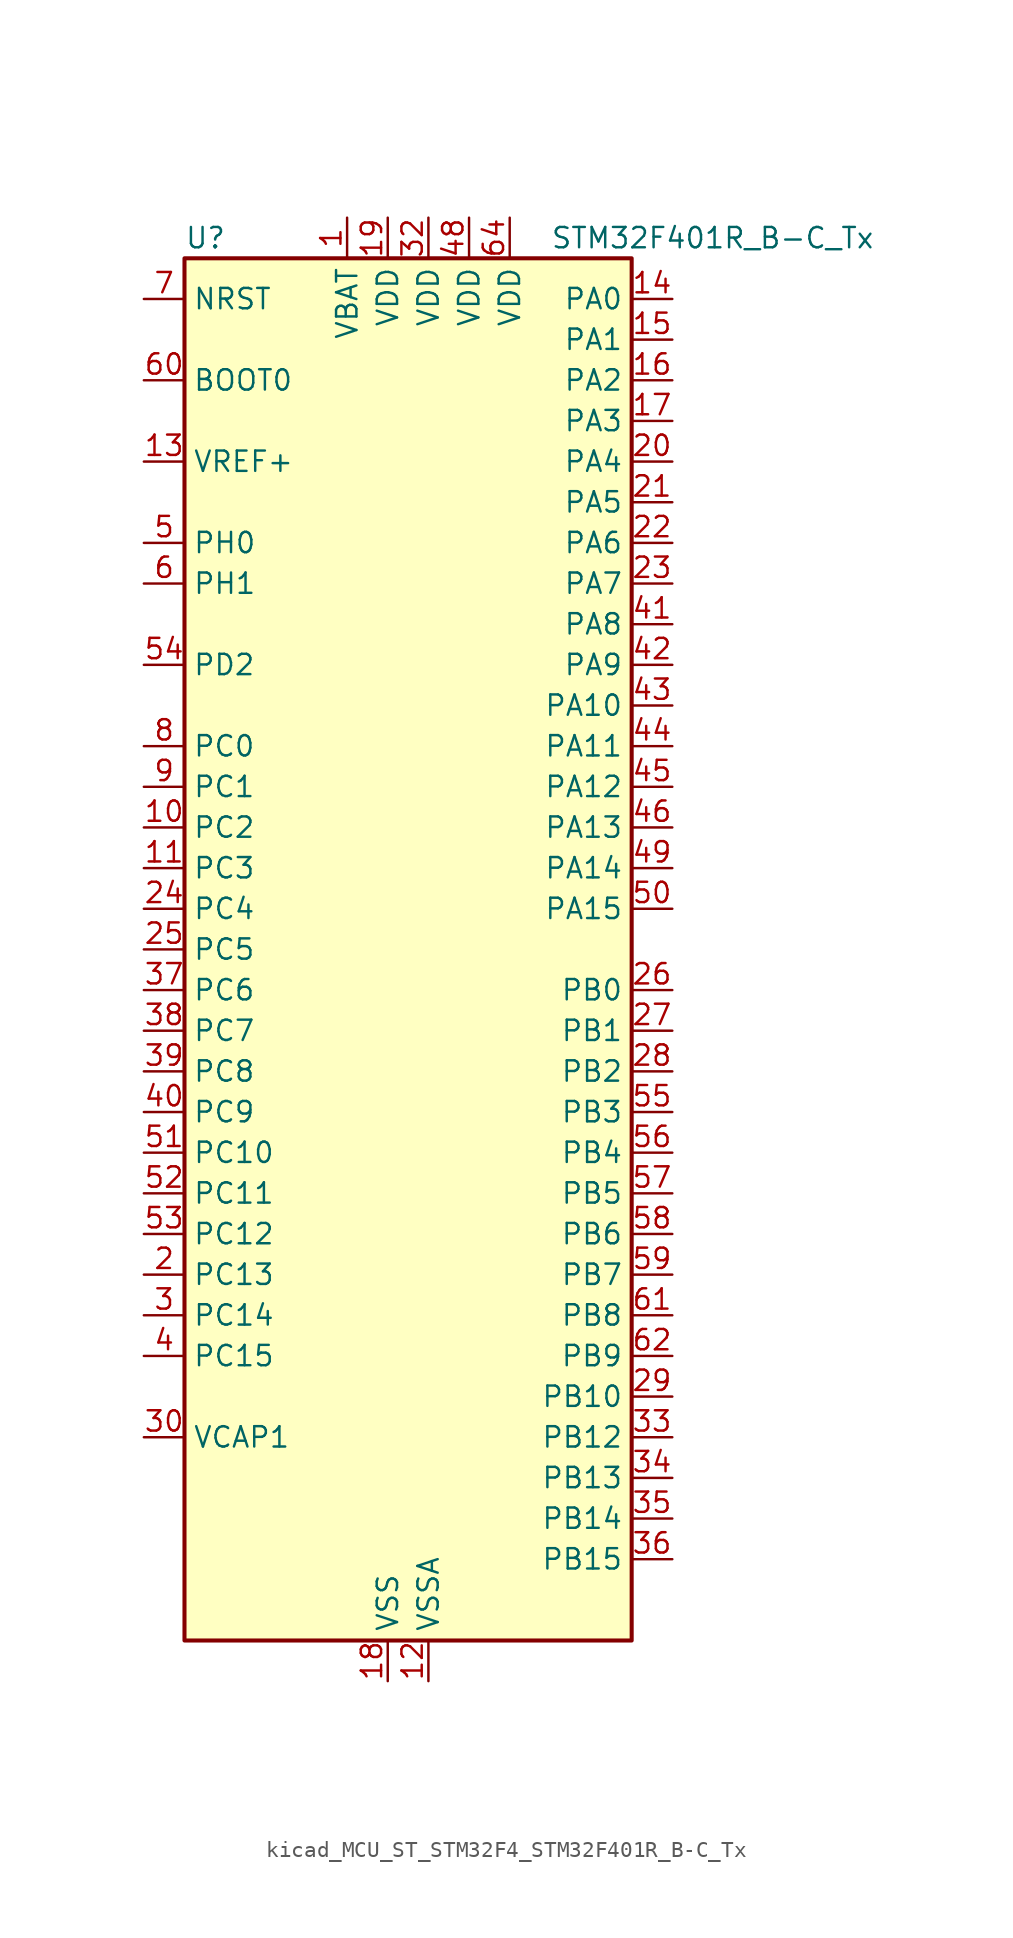
<source format=kicad_sym>
(kicad_symbol_lib
  (version 20220914)
  (generator kicad_symbol_editor)
  (symbol "kicad_MCU_ST_STM32F4_STM32F401R_B-C_Tx"
    (property "Reference" "U"
      (at -12.7 44.45 0)
      (effects (font (size 1.27 1.27)) (justify left)))
    (property "Value" "STM32F401R_B-C_Tx"
      (at 10.16 44.45 0)
      (effects (font (size 1.27 1.27)) (justify left)))
    (property "ki_locked" ""
      (at 0 0 0)
      (effects (font (size 1.27 1.27))))
    (symbol "kicad_MCU_ST_STM32F4_STM32F401R_B-C_Tx_0_1"
      (rectangle (start -12.7 -43.18) (end 15.24 43.18) (stroke (width 0.254) (type default)) (fill (type background))))
    (symbol "kicad_MCU_ST_STM32F4_STM32F401R_B-C_Tx_1_1"
      (pin power_in line (at -2.54 45.72 270) (length 2.54) (name "VBAT" (effects (font (size 1.27 1.27)))) (number "1" (effects (font (size 1.27 1.27)))))
      (pin bidirectional line (at -15.24 7.62 0) (length 2.54) (name "PC2" (effects (font (size 1.27 1.27)))) (number "10" (effects (font (size 1.27 1.27)))) (alternate "ADC1_IN12" bidirectional line) (alternate "I2S2_ext_SD" bidirectional line) (alternate "SPI2_MISO" bidirectional line))
      (pin bidirectional line (at -15.24 5.08 0) (length 2.54) (name "PC3" (effects (font (size 1.27 1.27)))) (number "11" (effects (font (size 1.27 1.27)))) (alternate "ADC1_IN13" bidirectional line) (alternate "I2S2_SD" bidirectional line) (alternate "SPI2_MOSI" bidirectional line))
      (pin power_in line (at 2.54 -45.72 90) (length 2.54) (name "VSSA" (effects (font (size 1.27 1.27)))) (number "12" (effects (font (size 1.27 1.27)))))
      (pin input line (at -15.24 30.48 0) (length 2.54) (name "VREF+" (effects (font (size 1.27 1.27)))) (number "13" (effects (font (size 1.27 1.27)))))
      (pin bidirectional line (at 17.78 40.64 180) (length 2.54) (name "PA0" (effects (font (size 1.27 1.27)))) (number "14" (effects (font (size 1.27 1.27)))) (alternate "ADC1_IN0" bidirectional line) (alternate "SYS_WKUP" bidirectional line) (alternate "TIM2_CH1" bidirectional line) (alternate "TIM2_ETR" bidirectional line) (alternate "TIM5_CH1" bidirectional line) (alternate "USART2_CTS" bidirectional line))
      (pin bidirectional line (at 17.78 38.1 180) (length 2.54) (name "PA1" (effects (font (size 1.27 1.27)))) (number "15" (effects (font (size 1.27 1.27)))) (alternate "ADC1_IN1" bidirectional line) (alternate "TIM2_CH2" bidirectional line) (alternate "TIM5_CH2" bidirectional line) (alternate "USART2_RTS" bidirectional line))
      (pin bidirectional line (at 17.78 35.56 180) (length 2.54) (name "PA2" (effects (font (size 1.27 1.27)))) (number "16" (effects (font (size 1.27 1.27)))) (alternate "ADC1_IN2" bidirectional line) (alternate "TIM2_CH3" bidirectional line) (alternate "TIM5_CH3" bidirectional line) (alternate "TIM9_CH1" bidirectional line) (alternate "USART2_TX" bidirectional line))
      (pin bidirectional line (at 17.78 33.02 180) (length 2.54) (name "PA3" (effects (font (size 1.27 1.27)))) (number "17" (effects (font (size 1.27 1.27)))) (alternate "ADC1_IN3" bidirectional line) (alternate "TIM2_CH4" bidirectional line) (alternate "TIM5_CH4" bidirectional line) (alternate "TIM9_CH2" bidirectional line) (alternate "USART2_RX" bidirectional line))
      (pin power_in line (at 0 -45.72 90) (length 2.54) (name "VSS" (effects (font (size 1.27 1.27)))) (number "18" (effects (font (size 1.27 1.27)))))
      (pin power_in line (at 0 45.72 270) (length 2.54) (name "VDD" (effects (font (size 1.27 1.27)))) (number "19" (effects (font (size 1.27 1.27)))))
      (pin bidirectional line (at -15.24 -20.32 0) (length 2.54) (name "PC13" (effects (font (size 1.27 1.27)))) (number "2" (effects (font (size 1.27 1.27)))) (alternate "RTC_AF1" bidirectional line))
      (pin bidirectional line (at 17.78 30.48 180) (length 2.54) (name "PA4" (effects (font (size 1.27 1.27)))) (number "20" (effects (font (size 1.27 1.27)))) (alternate "ADC1_IN4" bidirectional line) (alternate "I2S3_WS" bidirectional line) (alternate "SPI1_NSS" bidirectional line) (alternate "SPI3_NSS" bidirectional line) (alternate "USART2_CK" bidirectional line))
      (pin bidirectional line (at 17.78 27.94 180) (length 2.54) (name "PA5" (effects (font (size 1.27 1.27)))) (number "21" (effects (font (size 1.27 1.27)))) (alternate "ADC1_IN5" bidirectional line) (alternate "SPI1_SCK" bidirectional line) (alternate "TIM2_CH1" bidirectional line) (alternate "TIM2_ETR" bidirectional line))
      (pin bidirectional line (at 17.78 25.4 180) (length 2.54) (name "PA6" (effects (font (size 1.27 1.27)))) (number "22" (effects (font (size 1.27 1.27)))) (alternate "ADC1_IN6" bidirectional line) (alternate "SPI1_MISO" bidirectional line) (alternate "TIM1_BKIN" bidirectional line) (alternate "TIM3_CH1" bidirectional line))
      (pin bidirectional line (at 17.78 22.86 180) (length 2.54) (name "PA7" (effects (font (size 1.27 1.27)))) (number "23" (effects (font (size 1.27 1.27)))) (alternate "ADC1_IN7" bidirectional line) (alternate "SPI1_MOSI" bidirectional line) (alternate "TIM1_CH1N" bidirectional line) (alternate "TIM3_CH2" bidirectional line))
      (pin bidirectional line (at -15.24 2.54 0) (length 2.54) (name "PC4" (effects (font (size 1.27 1.27)))) (number "24" (effects (font (size 1.27 1.27)))) (alternate "ADC1_IN14" bidirectional line))
      (pin bidirectional line (at -15.24 0 0) (length 2.54) (name "PC5" (effects (font (size 1.27 1.27)))) (number "25" (effects (font (size 1.27 1.27)))) (alternate "ADC1_IN15" bidirectional line))
      (pin bidirectional line (at 17.78 -2.54 180) (length 2.54) (name "PB0" (effects (font (size 1.27 1.27)))) (number "26" (effects (font (size 1.27 1.27)))) (alternate "ADC1_IN8" bidirectional line) (alternate "TIM1_CH2N" bidirectional line) (alternate "TIM3_CH3" bidirectional line))
      (pin bidirectional line (at 17.78 -5.08 180) (length 2.54) (name "PB1" (effects (font (size 1.27 1.27)))) (number "27" (effects (font (size 1.27 1.27)))) (alternate "ADC1_IN9" bidirectional line) (alternate "TIM1_CH3N" bidirectional line) (alternate "TIM3_CH4" bidirectional line))
      (pin bidirectional line (at 17.78 -7.62 180) (length 2.54) (name "PB2" (effects (font (size 1.27 1.27)))) (number "28" (effects (font (size 1.27 1.27)))))
      (pin bidirectional line (at 17.78 -27.94 180) (length 2.54) (name "PB10" (effects (font (size 1.27 1.27)))) (number "29" (effects (font (size 1.27 1.27)))) (alternate "I2C2_SCL" bidirectional line) (alternate "I2S2_CK" bidirectional line) (alternate "SPI2_SCK" bidirectional line) (alternate "TIM2_CH3" bidirectional line))
      (pin bidirectional line (at -15.24 -22.86 0) (length 2.54) (name "PC14" (effects (font (size 1.27 1.27)))) (number "3" (effects (font (size 1.27 1.27)))) (alternate "RCC_OSC32_IN" bidirectional line))
      (pin power_out line (at -15.24 -30.48 0) (length 2.54) (name "VCAP1" (effects (font (size 1.27 1.27)))) (number "30" (effects (font (size 1.27 1.27)))))
      (pin passive line (at 0 -45.72 90) (length 2.54) hide (name "VSS" (effects (font (size 1.27 1.27)))) (number "31" (effects (font (size 1.27 1.27)))))
      (pin power_in line (at 2.54 45.72 270) (length 2.54) (name "VDD" (effects (font (size 1.27 1.27)))) (number "32" (effects (font (size 1.27 1.27)))))
      (pin bidirectional line (at 17.78 -30.48 180) (length 2.54) (name "PB12" (effects (font (size 1.27 1.27)))) (number "33" (effects (font (size 1.27 1.27)))) (alternate "I2C2_SMBA" bidirectional line) (alternate "I2S2_WS" bidirectional line) (alternate "SPI2_NSS" bidirectional line) (alternate "TIM1_BKIN" bidirectional line))
      (pin bidirectional line (at 17.78 -33.02 180) (length 2.54) (name "PB13" (effects (font (size 1.27 1.27)))) (number "34" (effects (font (size 1.27 1.27)))) (alternate "I2S2_CK" bidirectional line) (alternate "SPI2_SCK" bidirectional line) (alternate "TIM1_CH1N" bidirectional line))
      (pin bidirectional line (at 17.78 -35.56 180) (length 2.54) (name "PB14" (effects (font (size 1.27 1.27)))) (number "35" (effects (font (size 1.27 1.27)))) (alternate "I2S2_ext_SD" bidirectional line) (alternate "SPI2_MISO" bidirectional line) (alternate "TIM1_CH2N" bidirectional line))
      (pin bidirectional line (at 17.78 -38.1 180) (length 2.54) (name "PB15" (effects (font (size 1.27 1.27)))) (number "36" (effects (font (size 1.27 1.27)))) (alternate "ADC1_EXTI15" bidirectional line) (alternate "I2S2_SD" bidirectional line) (alternate "RTC_REFIN" bidirectional line) (alternate "SPI2_MOSI" bidirectional line) (alternate "TIM1_CH3N" bidirectional line))
      (pin bidirectional line (at -15.24 -2.54 0) (length 2.54) (name "PC6" (effects (font (size 1.27 1.27)))) (number "37" (effects (font (size 1.27 1.27)))) (alternate "I2S2_MCK" bidirectional line) (alternate "SDIO_D6" bidirectional line) (alternate "TIM3_CH1" bidirectional line) (alternate "USART6_TX" bidirectional line))
      (pin bidirectional line (at -15.24 -5.08 0) (length 2.54) (name "PC7" (effects (font (size 1.27 1.27)))) (number "38" (effects (font (size 1.27 1.27)))) (alternate "I2S3_MCK" bidirectional line) (alternate "SDIO_D7" bidirectional line) (alternate "TIM3_CH2" bidirectional line) (alternate "USART6_RX" bidirectional line))
      (pin bidirectional line (at -15.24 -7.62 0) (length 2.54) (name "PC8" (effects (font (size 1.27 1.27)))) (number "39" (effects (font (size 1.27 1.27)))) (alternate "SDIO_D0" bidirectional line) (alternate "TIM3_CH3" bidirectional line) (alternate "USART6_CK" bidirectional line))
      (pin bidirectional line (at -15.24 -25.4 0) (length 2.54) (name "PC15" (effects (font (size 1.27 1.27)))) (number "4" (effects (font (size 1.27 1.27)))) (alternate "ADC1_EXTI15" bidirectional line) (alternate "RCC_OSC32_OUT" bidirectional line))
      (pin bidirectional line (at -15.24 -10.16 0) (length 2.54) (name "PC9" (effects (font (size 1.27 1.27)))) (number "40" (effects (font (size 1.27 1.27)))) (alternate "I2C3_SDA" bidirectional line) (alternate "I2S_CKIN" bidirectional line) (alternate "RCC_MCO_2" bidirectional line) (alternate "SDIO_D1" bidirectional line) (alternate "TIM3_CH4" bidirectional line))
      (pin bidirectional line (at 17.78 20.32 180) (length 2.54) (name "PA8" (effects (font (size 1.27 1.27)))) (number "41" (effects (font (size 1.27 1.27)))) (alternate "I2C3_SCL" bidirectional line) (alternate "RCC_MCO_1" bidirectional line) (alternate "TIM1_CH1" bidirectional line) (alternate "USART1_CK" bidirectional line) (alternate "USB_OTG_FS_SOF" bidirectional line))
      (pin bidirectional line (at 17.78 17.78 180) (length 2.54) (name "PA9" (effects (font (size 1.27 1.27)))) (number "42" (effects (font (size 1.27 1.27)))) (alternate "I2C3_SMBA" bidirectional line) (alternate "TIM1_CH2" bidirectional line) (alternate "USART1_TX" bidirectional line) (alternate "USB_OTG_FS_VBUS" bidirectional line))
      (pin bidirectional line (at 17.78 15.24 180) (length 2.54) (name "PA10" (effects (font (size 1.27 1.27)))) (number "43" (effects (font (size 1.27 1.27)))) (alternate "TIM1_CH3" bidirectional line) (alternate "USART1_RX" bidirectional line) (alternate "USB_OTG_FS_ID" bidirectional line))
      (pin bidirectional line (at 17.78 12.7 180) (length 2.54) (name "PA11" (effects (font (size 1.27 1.27)))) (number "44" (effects (font (size 1.27 1.27)))) (alternate "ADC1_EXTI11" bidirectional line) (alternate "TIM1_CH4" bidirectional line) (alternate "USART1_CTS" bidirectional line) (alternate "USART6_TX" bidirectional line) (alternate "USB_OTG_FS_DM" bidirectional line))
      (pin bidirectional line (at 17.78 10.16 180) (length 2.54) (name "PA12" (effects (font (size 1.27 1.27)))) (number "45" (effects (font (size 1.27 1.27)))) (alternate "TIM1_ETR" bidirectional line) (alternate "USART1_RTS" bidirectional line) (alternate "USART6_RX" bidirectional line) (alternate "USB_OTG_FS_DP" bidirectional line))
      (pin bidirectional line (at 17.78 7.62 180) (length 2.54) (name "PA13" (effects (font (size 1.27 1.27)))) (number "46" (effects (font (size 1.27 1.27)))) (alternate "SYS_JTMS-SWDIO" bidirectional line))
      (pin passive line (at 0 -45.72 90) (length 2.54) hide (name "VSS" (effects (font (size 1.27 1.27)))) (number "47" (effects (font (size 1.27 1.27)))))
      (pin power_in line (at 5.08 45.72 270) (length 2.54) (name "VDD" (effects (font (size 1.27 1.27)))) (number "48" (effects (font (size 1.27 1.27)))))
      (pin bidirectional line (at 17.78 5.08 180) (length 2.54) (name "PA14" (effects (font (size 1.27 1.27)))) (number "49" (effects (font (size 1.27 1.27)))) (alternate "SYS_JTCK-SWCLK" bidirectional line))
      (pin bidirectional line (at -15.24 25.4 0) (length 2.54) (name "PH0" (effects (font (size 1.27 1.27)))) (number "5" (effects (font (size 1.27 1.27)))) (alternate "RCC_OSC_IN" bidirectional line))
      (pin bidirectional line (at 17.78 2.54 180) (length 2.54) (name "PA15" (effects (font (size 1.27 1.27)))) (number "50" (effects (font (size 1.27 1.27)))) (alternate "ADC1_EXTI15" bidirectional line) (alternate "I2S3_WS" bidirectional line) (alternate "SPI1_NSS" bidirectional line) (alternate "SPI3_NSS" bidirectional line) (alternate "SYS_JTDI" bidirectional line) (alternate "TIM2_CH1" bidirectional line) (alternate "TIM2_ETR" bidirectional line))
      (pin bidirectional line (at -15.24 -12.7 0) (length 2.54) (name "PC10" (effects (font (size 1.27 1.27)))) (number "51" (effects (font (size 1.27 1.27)))) (alternate "I2S3_CK" bidirectional line) (alternate "SDIO_D2" bidirectional line) (alternate "SPI3_SCK" bidirectional line))
      (pin bidirectional line (at -15.24 -15.24 0) (length 2.54) (name "PC11" (effects (font (size 1.27 1.27)))) (number "52" (effects (font (size 1.27 1.27)))) (alternate "ADC1_EXTI11" bidirectional line) (alternate "I2S3_ext_SD" bidirectional line) (alternate "SDIO_D3" bidirectional line) (alternate "SPI3_MISO" bidirectional line))
      (pin bidirectional line (at -15.24 -17.78 0) (length 2.54) (name "PC12" (effects (font (size 1.27 1.27)))) (number "53" (effects (font (size 1.27 1.27)))) (alternate "I2S3_SD" bidirectional line) (alternate "SDIO_CK" bidirectional line) (alternate "SPI3_MOSI" bidirectional line))
      (pin bidirectional line (at -15.24 17.78 0) (length 2.54) (name "PD2" (effects (font (size 1.27 1.27)))) (number "54" (effects (font (size 1.27 1.27)))) (alternate "SDIO_CMD" bidirectional line) (alternate "TIM3_ETR" bidirectional line))
      (pin bidirectional line (at 17.78 -10.16 180) (length 2.54) (name "PB3" (effects (font (size 1.27 1.27)))) (number "55" (effects (font (size 1.27 1.27)))) (alternate "I2C2_SDA" bidirectional line) (alternate "I2S3_CK" bidirectional line) (alternate "SPI1_SCK" bidirectional line) (alternate "SPI3_SCK" bidirectional line) (alternate "SYS_JTDO-SWO" bidirectional line) (alternate "TIM2_CH2" bidirectional line))
      (pin bidirectional line (at 17.78 -12.7 180) (length 2.54) (name "PB4" (effects (font (size 1.27 1.27)))) (number "56" (effects (font (size 1.27 1.27)))) (alternate "I2C3_SDA" bidirectional line) (alternate "I2S3_ext_SD" bidirectional line) (alternate "SPI1_MISO" bidirectional line) (alternate "SPI3_MISO" bidirectional line) (alternate "SYS_JTRST" bidirectional line) (alternate "TIM3_CH1" bidirectional line))
      (pin bidirectional line (at 17.78 -15.24 180) (length 2.54) (name "PB5" (effects (font (size 1.27 1.27)))) (number "57" (effects (font (size 1.27 1.27)))) (alternate "I2C1_SMBA" bidirectional line) (alternate "I2S3_SD" bidirectional line) (alternate "SPI1_MOSI" bidirectional line) (alternate "SPI3_MOSI" bidirectional line) (alternate "TIM3_CH2" bidirectional line))
      (pin bidirectional line (at 17.78 -17.78 180) (length 2.54) (name "PB6" (effects (font (size 1.27 1.27)))) (number "58" (effects (font (size 1.27 1.27)))) (alternate "I2C1_SCL" bidirectional line) (alternate "TIM4_CH1" bidirectional line) (alternate "USART1_TX" bidirectional line))
      (pin bidirectional line (at 17.78 -20.32 180) (length 2.54) (name "PB7" (effects (font (size 1.27 1.27)))) (number "59" (effects (font (size 1.27 1.27)))) (alternate "I2C1_SDA" bidirectional line) (alternate "TIM4_CH2" bidirectional line) (alternate "USART1_RX" bidirectional line))
      (pin bidirectional line (at -15.24 22.86 0) (length 2.54) (name "PH1" (effects (font (size 1.27 1.27)))) (number "6" (effects (font (size 1.27 1.27)))) (alternate "RCC_OSC_OUT" bidirectional line))
      (pin input line (at -15.24 35.56 0) (length 2.54) (name "BOOT0" (effects (font (size 1.27 1.27)))) (number "60" (effects (font (size 1.27 1.27)))))
      (pin bidirectional line (at 17.78 -22.86 180) (length 2.54) (name "PB8" (effects (font (size 1.27 1.27)))) (number "61" (effects (font (size 1.27 1.27)))) (alternate "I2C1_SCL" bidirectional line) (alternate "SDIO_D4" bidirectional line) (alternate "TIM10_CH1" bidirectional line) (alternate "TIM4_CH3" bidirectional line))
      (pin bidirectional line (at 17.78 -25.4 180) (length 2.54) (name "PB9" (effects (font (size 1.27 1.27)))) (number "62" (effects (font (size 1.27 1.27)))) (alternate "I2C1_SDA" bidirectional line) (alternate "I2S2_WS" bidirectional line) (alternate "SDIO_D5" bidirectional line) (alternate "SPI2_NSS" bidirectional line) (alternate "TIM11_CH1" bidirectional line) (alternate "TIM4_CH4" bidirectional line))
      (pin passive line (at 0 -45.72 90) (length 2.54) hide (name "VSS" (effects (font (size 1.27 1.27)))) (number "63" (effects (font (size 1.27 1.27)))))
      (pin power_in line (at 7.62 45.72 270) (length 2.54) (name "VDD" (effects (font (size 1.27 1.27)))) (number "64" (effects (font (size 1.27 1.27)))))
      (pin input line (at -15.24 40.64 0) (length 2.54) (name "NRST" (effects (font (size 1.27 1.27)))) (number "7" (effects (font (size 1.27 1.27)))))
      (pin bidirectional line (at -15.24 12.7 0) (length 2.54) (name "PC0" (effects (font (size 1.27 1.27)))) (number "8" (effects (font (size 1.27 1.27)))) (alternate "ADC1_IN10" bidirectional line))
      (pin bidirectional line (at -15.24 10.16 0) (length 2.54) (name "PC1" (effects (font (size 1.27 1.27)))) (number "9" (effects (font (size 1.27 1.27)))) (alternate "ADC1_IN11" bidirectional line)))))
</source>
